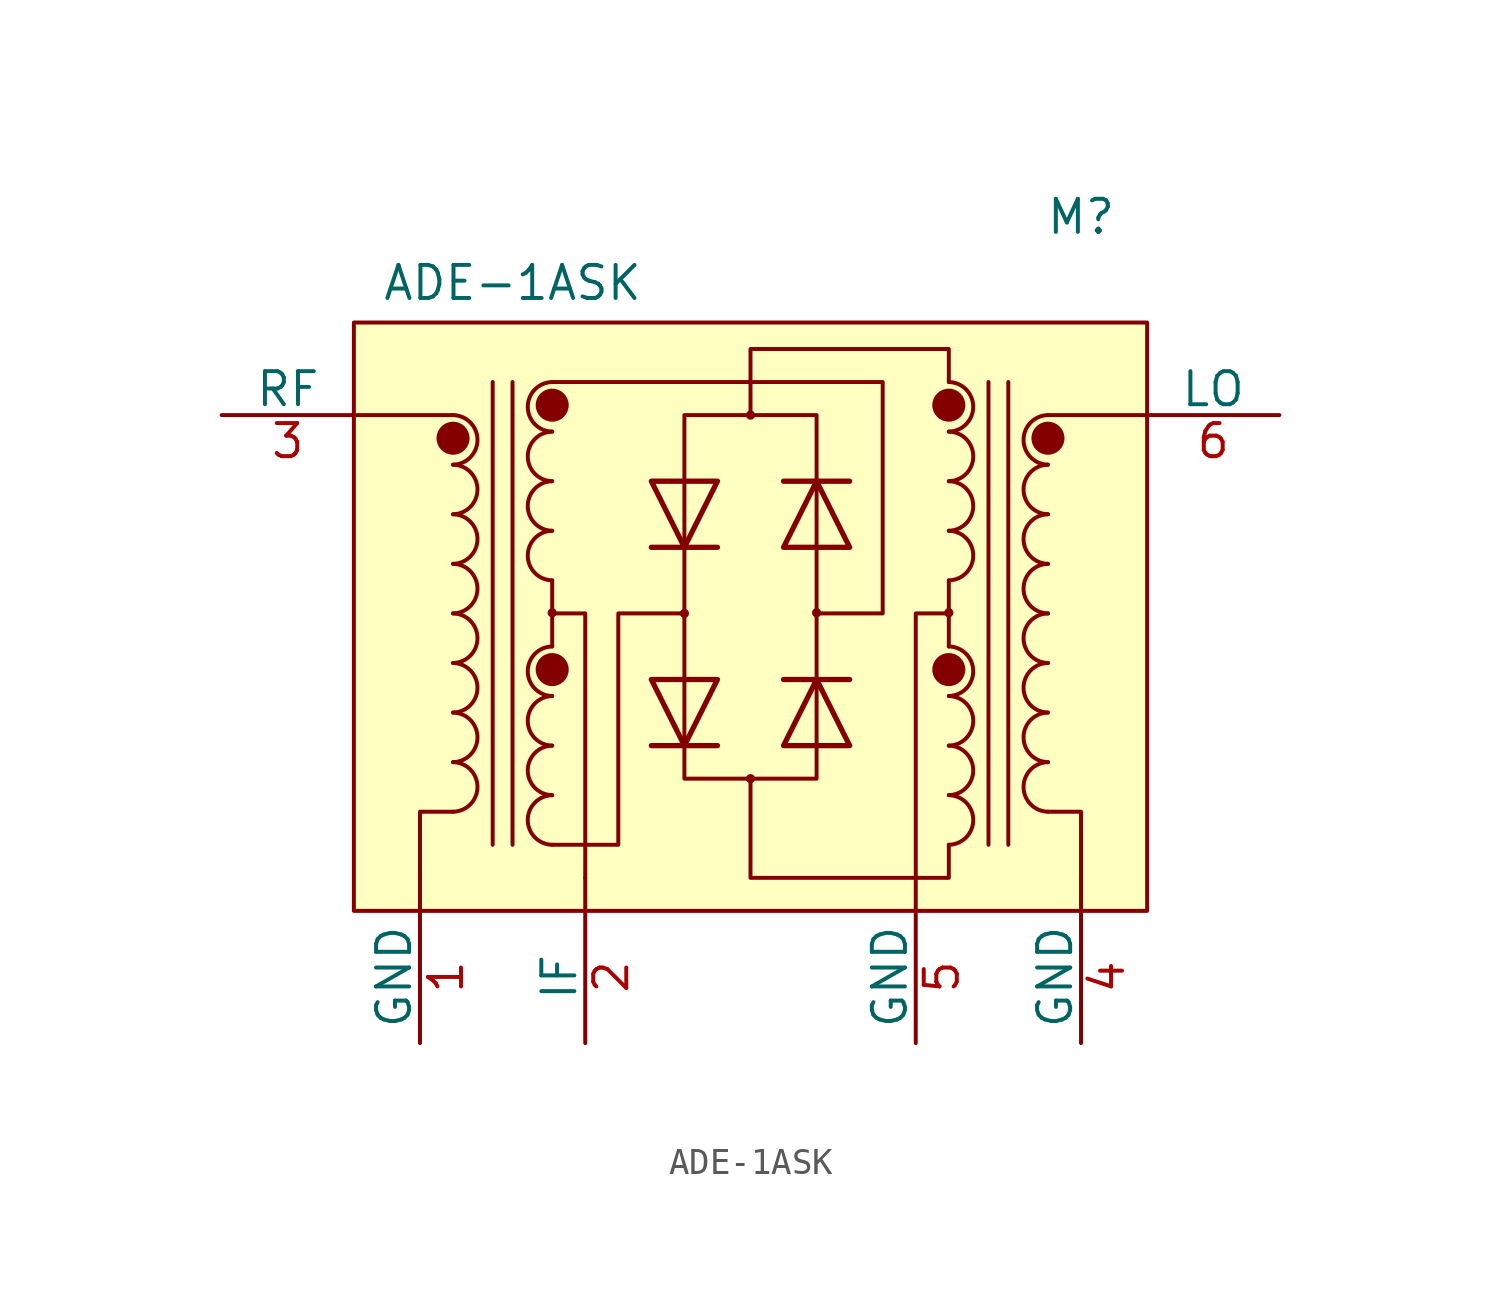
<source format=kicad_sym>
(kicad_symbol_lib
  (version 20211014)
  (generator kicad_symbol_editor)
  (symbol "ADE-1ASK"
    (pin_names
      (offset 0))
    (property "Reference" "M"
      (at 12.7 15.24 0)
      (effects (font (size 1.27 1.27))))
    (property "Value" "ADE-1ASK"
      (at -9.144 12.7 0)
      (effects (font (size 1.27 1.27))))
    (symbol "ADE-1ASK_0_1"
      (rectangle (start -15.24 11.176) (end 15.24 -11.43) (stroke (width 0) (type default)) (fill (type background)))
      (arc (start -11.43 -7.62) (mid -10.4648 -6.6548) (end -11.43 -5.715) (stroke (width 0) (type default)) (fill (type none)))
      (arc (start -11.43 -5.715) (mid -10.4648 -4.7498) (end -11.43 -3.81) (stroke (width 0) (type default)) (fill (type none)))
      (arc (start -11.43 -3.81) (mid -10.4648 -2.8448) (end -11.43 -1.905) (stroke (width 0) (type default)) (fill (type none)))
      (arc (start -11.43 -1.905) (mid -10.4648 -0.9398) (end -11.43 0) (stroke (width 0) (type default)) (fill (type none)))
      (arc (start -11.43 0) (mid -10.4648 0.9652) (end -11.43 1.905) (stroke (width 0) (type default)) (fill (type none)))
      (arc (start -11.43 1.905) (mid -10.4648 2.8702) (end -11.43 3.81) (stroke (width 0) (type default)) (fill (type none)))
      (arc (start -11.43 3.81) (mid -10.4648 4.7752) (end -11.43 5.715) (stroke (width 0) (type default)) (fill (type none)))
      (arc (start -11.43 5.715) (mid -10.4648 6.6802) (end -11.43 7.62) (stroke (width 0) (type default)) (fill (type none)))
      (circle (center -11.43 6.731) (radius 0.559) (stroke (width 0) (type default)) (fill (type outline)))
      (arc (start -7.62 -6.985) (mid -8.5598 -7.9248) (end -7.62 -8.89) (stroke (width 0) (type default)) (fill (type none)))
      (arc (start -7.62 -5.08) (mid -8.5598 -6.0198) (end -7.62 -6.985) (stroke (width 0) (type default)) (fill (type none)))
      (arc (start -7.62 -3.175) (mid -8.5598 -4.1148) (end -7.62 -5.08) (stroke (width 0) (type default)) (fill (type none)))
      (circle (center -7.62 -2.159) (radius 0.559) (stroke (width 0) (type default)) (fill (type outline)))
      (arc (start -7.62 -1.27) (mid -8.5598 -2.2098) (end -7.62 -3.175) (stroke (width 0) (type default)) (fill (type none)))
      (circle (center -7.62 0.025) (radius 0.102) (stroke (width 0) (type default)) (fill (type none)))
      (arc (start -7.62 3.175) (mid -8.5598 2.2352) (end -7.62 1.27) (stroke (width 0) (type default)) (fill (type none)))
      (arc (start -7.62 5.08) (mid -8.5598 4.1402) (end -7.62 3.175) (stroke (width 0) (type default)) (fill (type none)))
      (arc (start -7.62 6.985) (mid -8.5598 6.0452) (end -7.62 5.08) (stroke (width 0) (type default)) (fill (type none)))
      (circle (center -7.62 8.001) (radius 0.559) (stroke (width 0) (type default)) (fill (type outline)))
      (arc (start -7.62 8.89) (mid -8.5598 7.9502) (end -7.62 6.985) (stroke (width 0) (type default)) (fill (type none)))
      (circle (center -2.54 0) (radius 0.102) (stroke (width 0) (type default)) (fill (type none)))
      (circle (center 0 -6.35) (radius 0.102) (stroke (width 0) (type default)) (fill (type none)))
      (polyline (pts (xy -15.24 7.62) (xy -11.43 7.62)) (stroke (width 0) (type default)) (fill (type none)))
      (polyline (pts (xy -12.7 -10.16) (xy -12.7 -11.43)) (stroke (width 0) (type default)) (fill (type none)))
      (polyline (pts (xy -9.906 8.89) (xy -9.906 -8.89)) (stroke (width 0) (type default)) (fill (type none)))
      (polyline (pts (xy -9.144 8.89) (xy -9.144 -8.89)) (stroke (width 0) (type default)) (fill (type none)))
      (polyline (pts (xy -7.62 -1.27) (xy -7.62 1.27)) (stroke (width 0) (type default)) (fill (type none)))
      (polyline (pts (xy -6.35 -10.16) (xy -6.35 -11.43)) (stroke (width 0) (type default)) (fill (type none)))
      (polyline (pts (xy -2.54 2.54) (xy -2.54 -2.54)) (stroke (width 0) (type default)) (fill (type none)))
      (polyline (pts (xy 2.54 2.54) (xy 2.54 -2.54)) (stroke (width 0) (type default)) (fill (type none)))
      (polyline (pts (xy 6.35 -10.16) (xy 6.35 -11.43)) (stroke (width 0) (type default)) (fill (type none)))
      (polyline (pts (xy 7.62 -1.27) (xy 7.62 1.27)) (stroke (width 0) (type default)) (fill (type none)))
      (polyline (pts (xy 9.144 8.89) (xy 9.144 -8.89)) (stroke (width 0) (type default)) (fill (type none)))
      (polyline (pts (xy 9.906 8.89) (xy 9.906 -8.89)) (stroke (width 0) (type default)) (fill (type none)))
      (polyline (pts (xy 11.43 7.62) (xy 15.24 7.62)) (stroke (width 0) (type default)) (fill (type none)))
      (polyline (pts (xy 12.7 -10.16) (xy 12.7 -11.43)) (stroke (width 0) (type default)) (fill (type none)))
      (polyline (pts (xy -12.7 -10.16) (xy -12.7 -7.62) (xy -11.43 -7.62)) (stroke (width 0) (type default)) (fill (type none)))
      (polyline (pts (xy -6.35 -10.16) (xy -6.35 0) (xy -7.62 0)) (stroke (width 0) (type default)) (fill (type none)))
      (polyline (pts (xy 6.35 -10.16) (xy 6.35 0) (xy 7.62 0)) (stroke (width 0) (type default)) (fill (type none)))
      (polyline (pts (xy 12.7 -10.16) (xy 12.7 -7.62) (xy 11.43 -7.62)) (stroke (width 0) (type default)) (fill (type none)))
      (polyline (pts (xy -7.62 -8.89) (xy -5.08 -8.89) (xy -5.08 0) (xy -2.54 0)) (stroke (width 0) (type default)) (fill (type none)))
      (polyline (pts (xy -7.62 8.89) (xy 5.08 8.89) (xy 5.08 0) (xy 2.54 0)) (stroke (width 0) (type default)) (fill (type none)))
      (polyline (pts (xy 2.54 -5.08) (xy 2.54 -6.35) (xy -2.54 -6.35) (xy -2.54 -5.08)) (stroke (width 0) (type default)) (fill (type none)))
      (polyline (pts (xy 2.54 5.08) (xy 2.54 7.62) (xy -2.54 7.62) (xy -2.54 5.08)) (stroke (width 0) (type default)) (fill (type none)))
      (polyline (pts (xy 7.62 -8.89) (xy 7.62 -10.16) (xy 0 -10.16) (xy 0 -6.35)) (stroke (width 0) (type default)) (fill (type none)))
      (polyline (pts (xy 7.62 8.89) (xy 7.62 10.16) (xy 0 10.16) (xy 0 7.62)) (stroke (width 0) (type default)) (fill (type none)))
      (circle (center 0 7.62) (radius 0.102) (stroke (width 0) (type default)) (fill (type none)))
      (circle (center 2.54 0.025) (radius 0.102) (stroke (width 0) (type default)) (fill (type none)))
      (arc (start 7.62 -8.89) (mid 8.5852 -7.9248) (end 7.62 -6.985) (stroke (width 0) (type default)) (fill (type none)))
      (arc (start 7.62 -6.985) (mid 8.5852 -6.0198) (end 7.62 -5.08) (stroke (width 0) (type default)) (fill (type none)))
      (arc (start 7.62 -5.08) (mid 8.5852 -4.1148) (end 7.62 -3.175) (stroke (width 0) (type default)) (fill (type none)))
      (arc (start 7.62 -3.175) (mid 8.5852 -2.2098) (end 7.62 -1.27) (stroke (width 0) (type default)) (fill (type none)))
      (circle (center 7.62 -2.159) (radius 0.559) (stroke (width 0) (type default)) (fill (type outline)))
      (circle (center 7.62 0.025) (radius 0.102) (stroke (width 0) (type default)) (fill (type none)))
      (arc (start 7.62 1.27) (mid 8.5852 2.2352) (end 7.62 3.175) (stroke (width 0) (type default)) (fill (type none)))
      (arc (start 7.62 3.175) (mid 8.5852 4.1402) (end 7.62 5.08) (stroke (width 0) (type default)) (fill (type none)))
      (arc (start 7.62 5.08) (mid 8.5852 6.0452) (end 7.62 6.985) (stroke (width 0) (type default)) (fill (type none)))
      (arc (start 7.62 6.985) (mid 8.5852 7.9502) (end 7.62 8.89) (stroke (width 0) (type default)) (fill (type none)))
      (circle (center 7.62 8.001) (radius 0.559) (stroke (width 0) (type default)) (fill (type outline)))
      (arc (start 11.43 -5.715) (mid 10.4902 -6.6548) (end 11.43 -7.62) (stroke (width 0) (type default)) (fill (type none)))
      (arc (start 11.43 -3.81) (mid 10.4902 -4.7498) (end 11.43 -5.715) (stroke (width 0) (type default)) (fill (type none)))
      (arc (start 11.43 -1.905) (mid 10.4902 -2.8448) (end 11.43 -3.81) (stroke (width 0) (type default)) (fill (type none)))
      (arc (start 11.43 0) (mid 10.4902 -0.9398) (end 11.43 -1.905) (stroke (width 0) (type default)) (fill (type none)))
      (arc (start 11.43 1.905) (mid 10.4902 0.9652) (end 11.43 0) (stroke (width 0) (type default)) (fill (type none)))
      (arc (start 11.43 3.81) (mid 10.4902 2.8702) (end 11.43 1.905) (stroke (width 0) (type default)) (fill (type none)))
      (arc (start 11.43 5.715) (mid 10.4902 4.7752) (end 11.43 3.81) (stroke (width 0) (type default)) (fill (type none)))
      (circle (center 11.43 6.731) (radius 0.559) (stroke (width 0) (type default)) (fill (type outline)))
      (arc (start 11.43 7.62) (mid 10.4902 6.6802) (end 11.43 5.715) (stroke (width 0) (type default)) (fill (type none))))
    (symbol "ADE-1ASK_1_1"
      (polyline (pts (xy -2.54 -2.54) (xy -2.54 -5.08)) (stroke (width 0) (type default)) (fill (type none)))
      (polyline (pts (xy -2.54 5.08) (xy -2.54 2.54)) (stroke (width 0) (type default)) (fill (type none)))
      (polyline (pts (xy -1.27 -5.08) (xy -3.81 -5.08)) (stroke (width 0.203) (type default)) (fill (type none)))
      (polyline (pts (xy -1.27 2.54) (xy -3.81 2.54)) (stroke (width 0.203) (type default)) (fill (type none)))
      (polyline (pts (xy 1.27 -2.54) (xy 3.81 -2.54)) (stroke (width 0.203) (type default)) (fill (type none)))
      (polyline (pts (xy 1.27 5.08) (xy 3.81 5.08)) (stroke (width 0.203) (type default)) (fill (type none)))
      (polyline (pts (xy 2.54 -5.08) (xy 2.54 -2.54)) (stroke (width 0) (type default)) (fill (type none)))
      (polyline (pts (xy 2.54 2.54) (xy 2.54 5.08)) (stroke (width 0) (type default)) (fill (type none)))
      (polyline (pts (xy -1.27 -2.54) (xy -3.81 -2.54) (xy -2.54 -5.08) (xy -1.27 -2.54)) (stroke (width 0.203) (type default)) (fill (type none)))
      (polyline (pts (xy -1.27 5.08) (xy -3.81 5.08) (xy -2.54 2.54) (xy -1.27 5.08)) (stroke (width 0.203) (type default)) (fill (type none)))
      (polyline (pts (xy 1.27 -5.08) (xy 3.81 -5.08) (xy 2.54 -2.54) (xy 1.27 -5.08)) (stroke (width 0.203) (type default)) (fill (type none)))
      (polyline (pts (xy 1.27 2.54) (xy 3.81 2.54) (xy 2.54 5.08) (xy 1.27 2.54)) (stroke (width 0.203) (type default)) (fill (type none)))
      (pin input line (at -12.7 -16.51 90) (length 5.08) (name "GND" (effects (font (size 1.27 1.27)))) (number "1" (effects (font (size 1.27 1.27)))))
      (pin input line (at -6.35 -16.51 90) (length 5.08) (name "IF" (effects (font (size 1.27 1.27)))) (number "2" (effects (font (size 1.27 1.27)))))
      (pin input line (at -20.32 7.62 0) (length 5.08) (name "RF" (effects (font (size 1.27 1.27)))) (number "3" (effects (font (size 1.27 1.27)))))
      (pin input line (at 12.7 -16.51 90) (length 5.08) (name "GND" (effects (font (size 1.27 1.27)))) (number "4" (effects (font (size 1.27 1.27)))))
      (pin input line (at 6.35 -16.51 90) (length 5.08) (name "GND" (effects (font (size 1.27 1.27)))) (number "5" (effects (font (size 1.27 1.27)))))
      (pin input line (at 20.32 7.62 180) (length 5.08) (name "LO" (effects (font (size 1.27 1.27)))) (number "6" (effects (font (size 1.27 1.27))))))))
</source>
